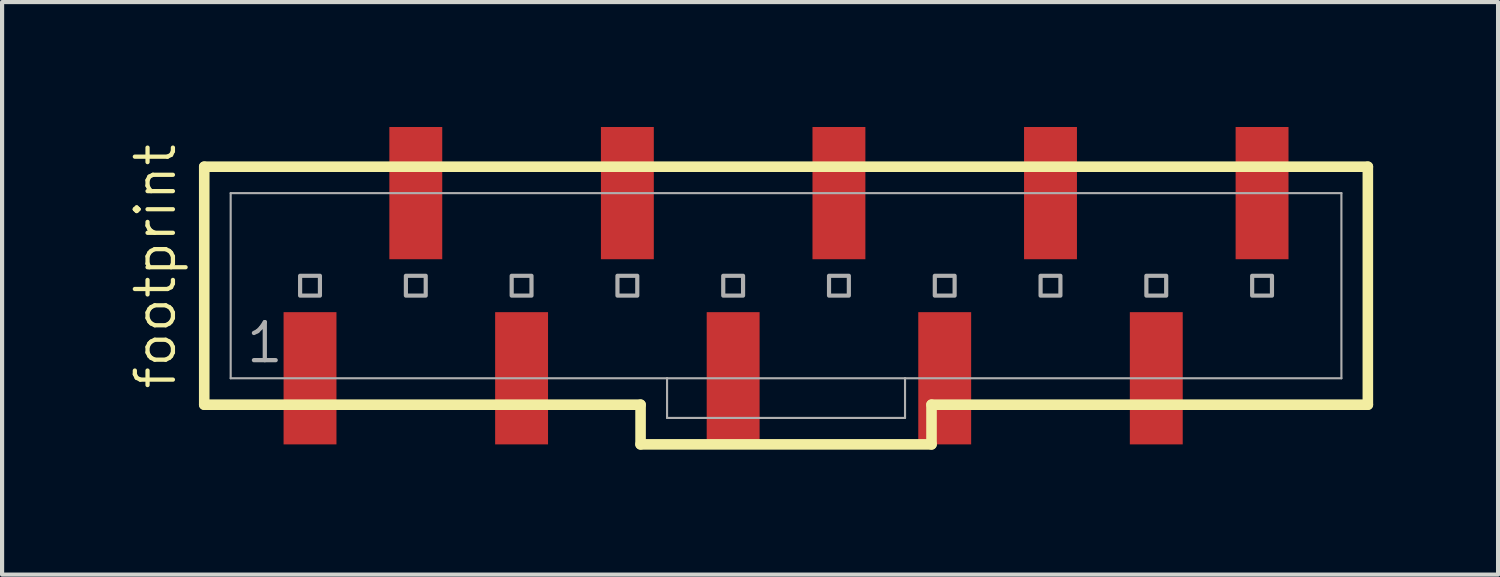
<source format=kicad_pcb>
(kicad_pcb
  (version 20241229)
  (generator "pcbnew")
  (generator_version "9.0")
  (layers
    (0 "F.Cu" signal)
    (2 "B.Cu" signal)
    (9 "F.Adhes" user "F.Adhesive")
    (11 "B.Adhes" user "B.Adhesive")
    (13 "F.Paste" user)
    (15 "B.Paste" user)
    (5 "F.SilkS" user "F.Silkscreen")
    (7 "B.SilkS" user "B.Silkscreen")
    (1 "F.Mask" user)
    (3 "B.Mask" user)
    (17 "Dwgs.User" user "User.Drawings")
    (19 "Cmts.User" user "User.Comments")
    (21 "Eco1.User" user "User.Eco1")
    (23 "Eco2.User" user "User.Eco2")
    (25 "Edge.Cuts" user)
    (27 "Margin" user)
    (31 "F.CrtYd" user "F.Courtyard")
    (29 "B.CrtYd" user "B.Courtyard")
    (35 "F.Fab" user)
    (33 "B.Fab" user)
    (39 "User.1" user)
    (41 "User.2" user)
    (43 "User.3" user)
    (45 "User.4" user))
  (footprint "footprint"
    (layer "F.Cu")
    (at 15.824 3.81)
    (property "Reference" "footprint" (at -14.605 2.54 90) (layer "F.SilkS") (effects (font (size 0.914 0.914) (thickness 0.102)) (justify left bottom)))
    (fp_line (start -13.97 -2.857) (end -13.97 2.857) (stroke (width 0.254) (type solid)) (layer "F.SilkS"))
    (fp_line (start -13.97 2.857) (end -3.493 2.857) (stroke (width 0.254) (type solid)) (layer "F.SilkS"))
    (fp_line (start -3.493 2.857) (end -3.493 3.81) (stroke (width 0.254) (type solid)) (layer "F.SilkS"))
    (fp_line (start -3.493 3.81) (end 3.493 3.81) (stroke (width 0.254) (type solid)) (layer "F.SilkS"))
    (fp_line (start 3.493 2.857) (end 13.97 2.857) (stroke (width 0.254) (type solid)) (layer "F.SilkS"))
    (fp_line (start 3.493 3.81) (end 3.493 2.857) (stroke (width 0.254) (type solid)) (layer "F.SilkS"))
    (fp_line (start 13.97 -2.857) (end -13.97 -2.857) (stroke (width 0.254) (type solid)) (layer "F.SilkS"))
    (fp_line (start 13.97 2.857) (end 13.97 -2.857) (stroke (width 0.254) (type solid)) (layer "F.SilkS"))
    (fp_line (start -13.335 -2.223) (end -13.335 2.223) (stroke (width 0.051) (type solid)) (layer "F.Fab"))
    (fp_line (start -13.335 -2.223) (end 13.335 -2.223) (stroke (width 0.051) (type solid)) (layer "F.Fab"))
    (fp_line (start -13.335 2.223) (end -2.857 2.223) (stroke (width 0.051) (type solid)) (layer "F.Fab"))
    (fp_line (start -2.857 2.223) (end -2.857 3.175) (stroke (width 0.051) (type solid)) (layer "F.Fab"))
    (fp_line (start -2.857 2.223) (end 2.857 2.223) (stroke (width 0.051) (type solid)) (layer "F.Fab"))
    (fp_line (start 2.857 2.223) (end 2.857 3.175) (stroke (width 0.051) (type solid)) (layer "F.Fab"))
    (fp_line (start 2.857 2.223) (end 13.335 2.223) (stroke (width 0.051) (type solid)) (layer "F.Fab"))
    (fp_line (start 2.857 3.175) (end -2.857 3.175) (stroke (width 0.051) (type solid)) (layer "F.Fab"))
    (fp_line (start 13.335 -2.223) (end 13.335 2.223) (stroke (width 0.051) (type solid)) (layer "F.Fab"))
    (fp_poly (pts (xy -11.668 0.238) (xy -11.192 0.238) (xy -11.192 -0.238) (xy -11.668 -0.238)) (stroke (width 0.1) (type solid)) (fill no) (layer "F.Fab"))
    (fp_poly (pts (xy -9.128 0.238) (xy -8.652 0.238) (xy -8.652 -0.238) (xy -9.128 -0.238)) (stroke (width 0.1) (type solid)) (fill no) (layer "F.Fab"))
    (fp_poly (pts (xy -6.588 0.238) (xy -6.112 0.238) (xy -6.112 -0.238) (xy -6.588 -0.238)) (stroke (width 0.1) (type solid)) (fill no) (layer "F.Fab"))
    (fp_poly (pts (xy -4.048 0.238) (xy -3.572 0.238) (xy -3.572 -0.238) (xy -4.048 -0.238)) (stroke (width 0.1) (type solid)) (fill no) (layer "F.Fab"))
    (fp_poly (pts (xy -1.508 0.238) (xy -1.032 0.238) (xy -1.032 -0.238) (xy -1.508 -0.238)) (stroke (width 0.1) (type solid)) (fill no) (layer "F.Fab"))
    (fp_poly (pts (xy 1.032 0.238) (xy 1.508 0.238) (xy 1.508 -0.238) (xy 1.032 -0.238)) (stroke (width 0.1) (type solid)) (fill no) (layer "F.Fab"))
    (fp_poly (pts (xy 3.572 0.238) (xy 4.048 0.238) (xy 4.048 -0.238) (xy 3.572 -0.238)) (stroke (width 0.1) (type solid)) (fill no) (layer "F.Fab"))
    (fp_poly (pts (xy 6.112 0.238) (xy 6.588 0.238) (xy 6.588 -0.238) (xy 6.112 -0.238)) (stroke (width 0.1) (type solid)) (fill no) (layer "F.Fab"))
    (fp_poly (pts (xy 8.652 0.238) (xy 9.128 0.238) (xy 9.128 -0.238) (xy 8.652 -0.238)) (stroke (width 0.1) (type solid)) (fill no) (layer "F.Fab"))
    (fp_poly (pts (xy 11.192 0.238) (xy 11.668 0.238) (xy 11.668 -0.238) (xy 11.192 -0.238)) (stroke (width 0.1) (type solid)) (fill no) (layer "F.Fab"))
    (fp_text user "1" (at -13.018 1.905 0) (layer "F.Fab") (effects (font (size 0.914 0.914) (thickness 0.102)) (justify left bottom)))
    (pad "1" smd rect (at -11.43 2.223 270) (size 3.175 1.27) (layers "F.Cu" "F.Mask" "F.Paste"))
    (pad "2" smd rect (at -8.89 -2.223 270) (size 3.175 1.27) (layers "F.Cu" "F.Mask" "F.Paste"))
    (pad "3" smd rect (at -6.35 2.223 270) (size 3.175 1.27) (layers "F.Cu" "F.Mask" "F.Paste"))
    (pad "4" smd rect (at -3.81 -2.223 270) (size 3.175 1.27) (layers "F.Cu" "F.Mask" "F.Paste"))
    (pad "5" smd rect (at -1.27 2.223 270) (size 3.175 1.27) (layers "F.Cu" "F.Mask" "F.Paste"))
    (pad "6" smd rect (at 1.27 -2.223 270) (size 3.175 1.27) (layers "F.Cu" "F.Mask" "F.Paste"))
    (pad "7" smd rect (at 3.81 2.223 270) (size 3.175 1.27) (layers "F.Cu" "F.Mask" "F.Paste"))
    (pad "8" smd rect (at 6.35 -2.223 270) (size 3.175 1.27) (layers "F.Cu" "F.Mask" "F.Paste"))
    (pad "9" smd rect (at 8.89 2.223 270) (size 3.175 1.27) (layers "F.Cu" "F.Mask" "F.Paste"))
    (pad "10" smd rect (at 11.43 -2.223 270) (size 3.175 1.27) (layers "F.Cu" "F.Mask" "F.Paste")))
  (gr_rect
    (start -3 -3)
    (end 32.921 10.747)
    (stroke (width 0.1) (type default))
    (fill no)
    (layer "Edge.Cuts")))
</source>
